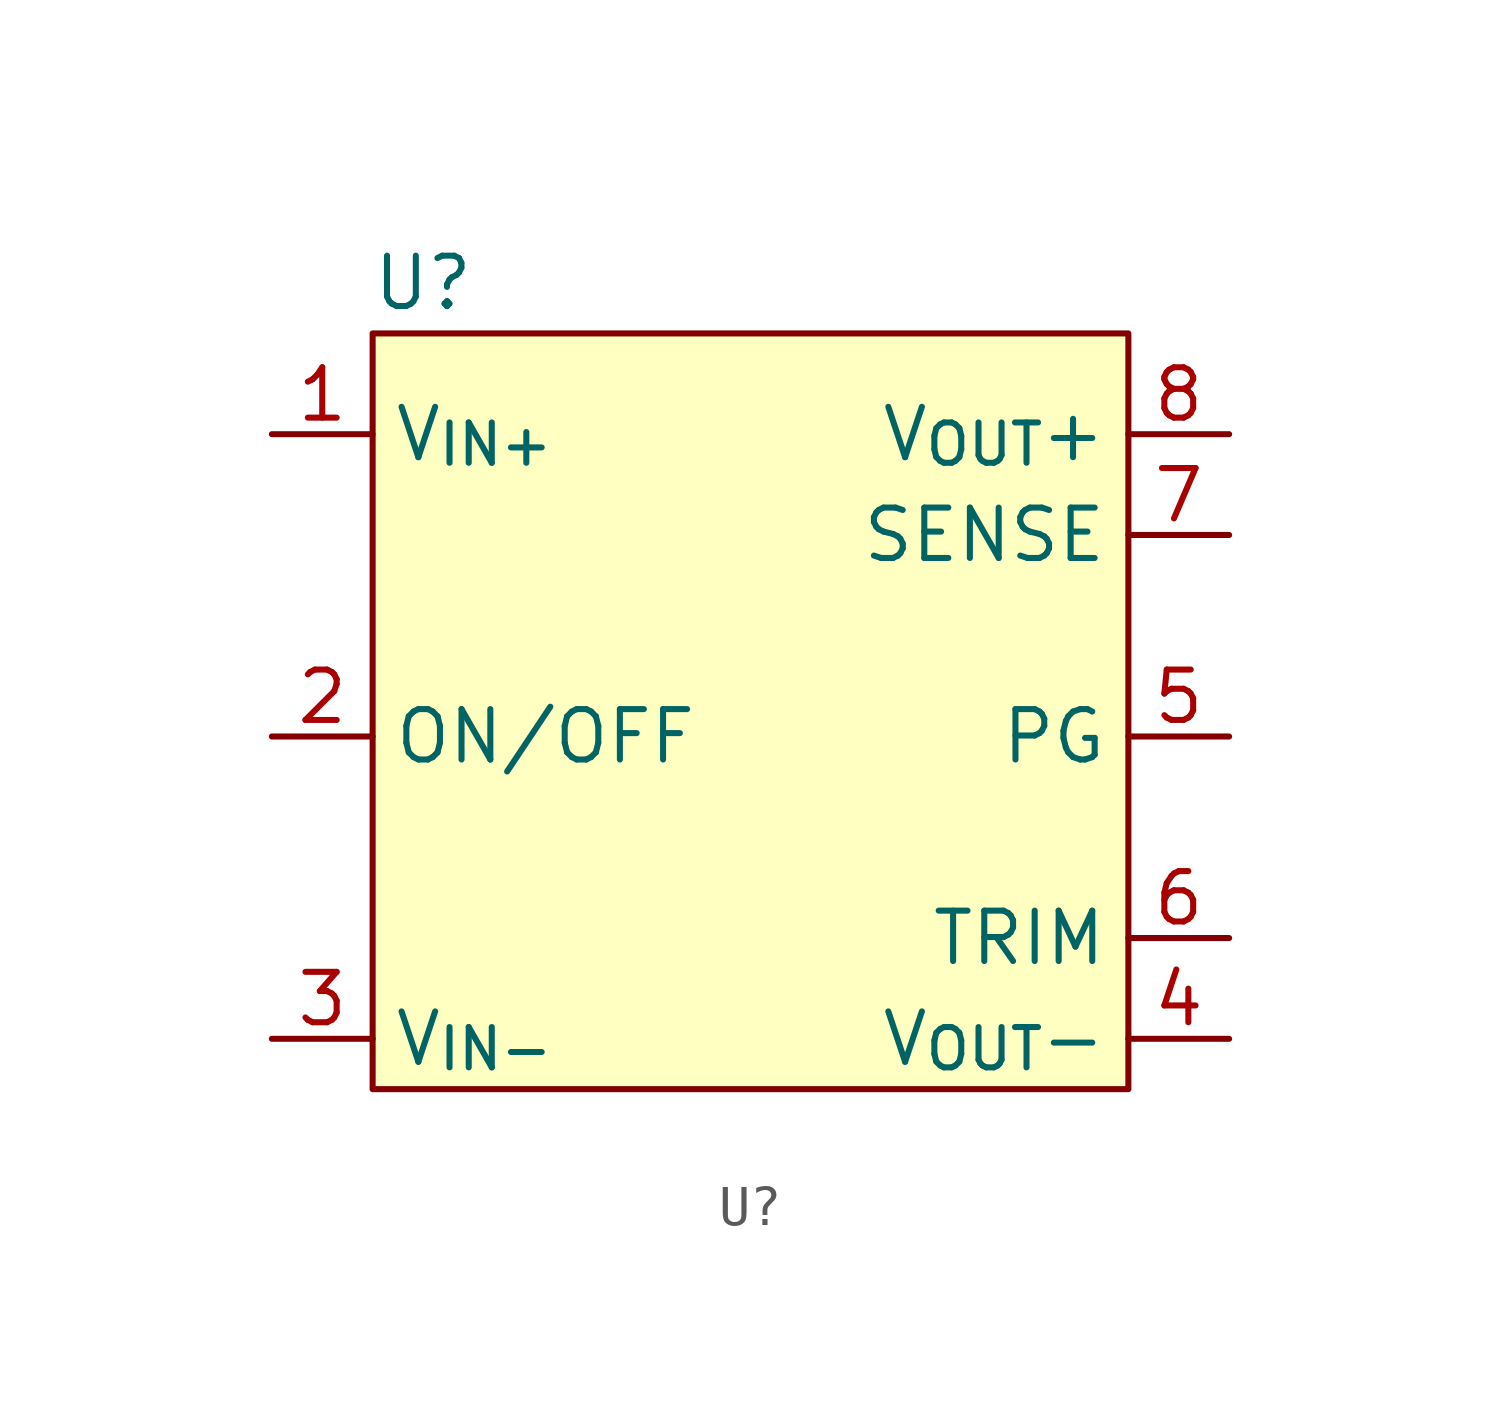
<source format=kicad_sym>
(kicad_symbol_lib
  (version 20220914)
  (generator kicad_symbol_editor)
  (symbol "U?"
    (property "Reference" "U"
      (at 3.81 3.81 0)
      (effects (font (size 1.27 1.27))))
    (property "Value" ""
      (at 0 0 0)
      (effects (font (size 1.27 1.27))))
    (symbol "U?_0_0"
      (pin power_in line (at 0 0 0) (length 2.54) (name "V_{IN+}" (effects (font (size 1.27 1.27)))) (number "1" (effects (font (size 1.27 1.27)))))
      (pin input line (at 0 -7.62 0) (length 2.54) (name "ON/OFF" (effects (font (size 1.27 1.27)))) (number "2" (effects (font (size 1.27 1.27)))))
      (pin input line (at 0 -15.24 0) (length 2.54) (name "V_{IN-}" (effects (font (size 1.27 1.27)))) (number "3" (effects (font (size 1.27 1.27)))))
      (pin power_out line (at 24.13 -15.24 180) (length 2.54) (name "V_{OUT}-" (effects (font (size 1.27 1.27)))) (number "4" (effects (font (size 1.27 1.27)))))
      (pin open_collector line (at 24.13 -7.62 180) (length 2.54) (name "PG" (effects (font (size 1.27 1.27)))) (number "5" (effects (font (size 1.27 1.27)))))
      (pin open_emitter line (at 24.13 -12.7 180) (length 2.54) (name "TRIM" (effects (font (size 1.27 1.27)))) (number "6" (effects (font (size 1.27 1.27)))))
      (pin input line (at 24.13 -2.54 180) (length 2.54) (name "SENSE" (effects (font (size 1.27 1.27)))) (number "7" (effects (font (size 1.27 1.27)))))
      (pin open_emitter line (at 24.13 0 180) (length 2.54) (name "V_{OUT}+" (effects (font (size 1.27 1.27)))) (number "8" (effects (font (size 1.27 1.27))))))
    (symbol "U?_0_1"
      (rectangle (start 2.54 2.54) (end 21.59 -16.51) (stroke (width 0) (type default)) (fill (type background))))))
</source>
